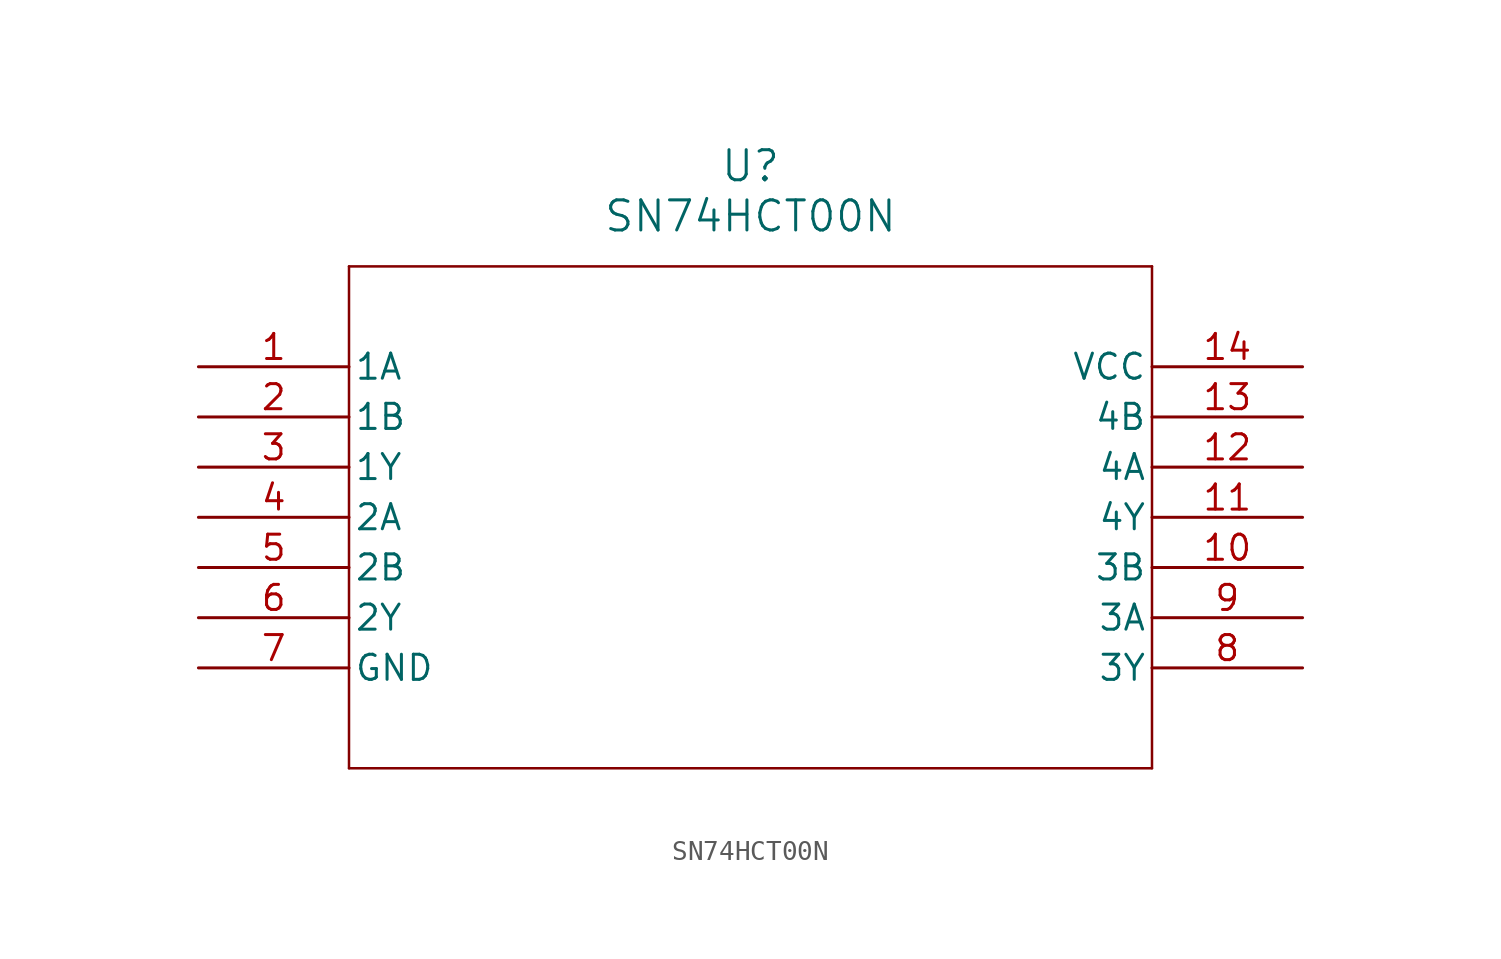
<source format=kicad_sym>
(kicad_symbol_lib
  (version 20211014)
  (generator kicad_symbol_editor)
  (symbol "SN74HCT00N"
    (pin_names
      (offset 0.254))
    (property "Reference" "U"
      (at 27.94 10.16 0)
      (effects (font (size 1.524 1.524))))
    (property "Value" "SN74HCT00N"
      (at 27.94 7.62 0)
      (effects (font (size 1.524 1.524))))
    (symbol "SN74HCT00N_0_1"
      (polyline (pts (xy 7.62 5.08) (xy 7.62 -20.32)) (stroke (width 0.127) (type default) (color 0 0 0 0)) (fill (type none)))
      (polyline (pts (xy 7.62 -20.32) (xy 48.26 -20.32)) (stroke (width 0.127) (type default) (color 0 0 0 0)) (fill (type none)))
      (polyline (pts (xy 48.26 -20.32) (xy 48.26 5.08)) (stroke (width 0.127) (type default) (color 0 0 0 0)) (fill (type none)))
      (polyline (pts (xy 48.26 5.08) (xy 7.62 5.08)) (stroke (width 0.127) (type default) (color 0 0 0 0)) (fill (type none)))
      (pin input line (at 0 0 0) (length 7.62) (name "1A" (effects (font (size 1.27 1.27)))) (number "1" (effects (font (size 1.27 1.27)))))
      (pin input line (at 0 -2.54 0) (length 7.62) (name "1B" (effects (font (size 1.27 1.27)))) (number "2" (effects (font (size 1.27 1.27)))))
      (pin output line (at 0 -5.08 0) (length 7.62) (name "1Y" (effects (font (size 1.27 1.27)))) (number "3" (effects (font (size 1.27 1.27)))))
      (pin input line (at 0 -7.62 0) (length 7.62) (name "2A" (effects (font (size 1.27 1.27)))) (number "4" (effects (font (size 1.27 1.27)))))
      (pin input line (at 0 -10.16 0) (length 7.62) (name "2B" (effects (font (size 1.27 1.27)))) (number "5" (effects (font (size 1.27 1.27)))))
      (pin output line (at 0 -12.7 0) (length 7.62) (name "2Y" (effects (font (size 1.27 1.27)))) (number "6" (effects (font (size 1.27 1.27)))))
      (pin power_in line (at 0 -15.24 0) (length 7.62) (name "GND" (effects (font (size 1.27 1.27)))) (number "7" (effects (font (size 1.27 1.27)))))
      (pin output line (at 55.88 -15.24 180) (length 7.62) (name "3Y" (effects (font (size 1.27 1.27)))) (number "8" (effects (font (size 1.27 1.27)))))
      (pin input line (at 55.88 -12.7 180) (length 7.62) (name "3A" (effects (font (size 1.27 1.27)))) (number "9" (effects (font (size 1.27 1.27)))))
      (pin input line (at 55.88 -10.16 180) (length 7.62) (name "3B" (effects (font (size 1.27 1.27)))) (number "10" (effects (font (size 1.27 1.27)))))
      (pin output line (at 55.88 -7.62 180) (length 7.62) (name "4Y" (effects (font (size 1.27 1.27)))) (number "11" (effects (font (size 1.27 1.27)))))
      (pin input line (at 55.88 -5.08 180) (length 7.62) (name "4A" (effects (font (size 1.27 1.27)))) (number "12" (effects (font (size 1.27 1.27)))))
      (pin input line (at 55.88 -2.54 180) (length 7.62) (name "4B" (effects (font (size 1.27 1.27)))) (number "13" (effects (font (size 1.27 1.27)))))
      (pin power_in line (at 55.88 0 180) (length 7.62) (name "VCC" (effects (font (size 1.27 1.27)))) (number "14" (effects (font (size 1.27 1.27))))))))
</source>
